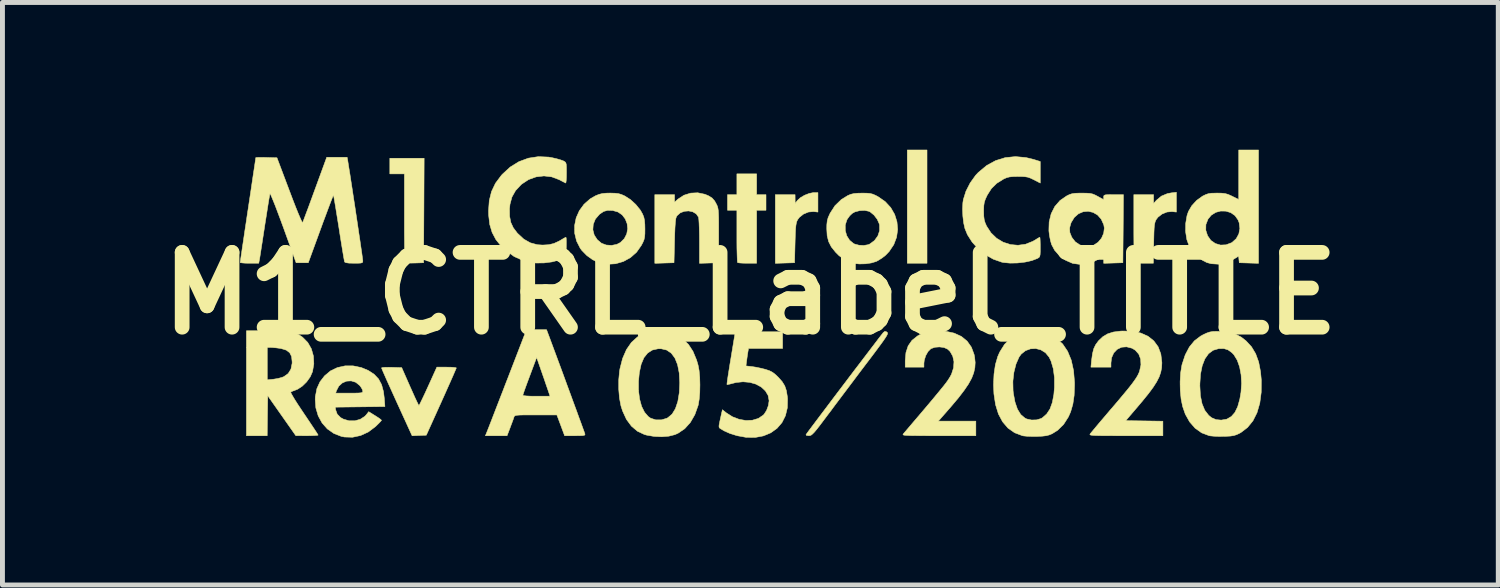
<source format=kicad_pcb>
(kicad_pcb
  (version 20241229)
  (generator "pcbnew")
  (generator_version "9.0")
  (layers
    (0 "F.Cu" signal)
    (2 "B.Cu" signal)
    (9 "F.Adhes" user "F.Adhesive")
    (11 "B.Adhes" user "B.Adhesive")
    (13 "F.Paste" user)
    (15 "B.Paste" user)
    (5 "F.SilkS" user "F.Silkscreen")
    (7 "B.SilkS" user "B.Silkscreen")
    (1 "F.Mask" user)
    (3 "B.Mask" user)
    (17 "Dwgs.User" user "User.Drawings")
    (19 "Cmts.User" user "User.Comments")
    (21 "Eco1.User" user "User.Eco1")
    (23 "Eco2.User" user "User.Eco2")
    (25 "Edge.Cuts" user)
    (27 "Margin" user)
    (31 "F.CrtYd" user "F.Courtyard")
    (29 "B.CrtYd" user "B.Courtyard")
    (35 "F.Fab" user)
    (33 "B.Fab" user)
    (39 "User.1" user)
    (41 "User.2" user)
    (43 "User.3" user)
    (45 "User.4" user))
  (footprint "M1_CTRL_Label_TITLE"
    (layer "F.Cu")
    (at 12.236 2.926)
    (property "Reference" "M1_CTRL_Label_TITLE" (at 0 0 0) (layer "F.SilkS") (effects (font (size 1.524 1.524) (thickness 0.3))))
    (attr through_hole)
    (fp_poly (pts (xy 3.598 -0.614) (xy 3.196 -0.614) (xy 3.196 -2.921) (xy 3.598 -2.921) (xy 3.598 -0.614)) (stroke (width 0.01) (type solid)) (fill yes) (layer "F.SilkS"))
    (fp_poly (pts (xy -6.651 -1.688) (xy -6.657 -0.624) (xy -6.838 -0.618) (xy -6.922 -0.617) (xy -6.989 -0.62) (xy -7.028 -0.625) (xy -7.034 -0.627) (xy -7.037 -0.651) (xy -7.04 -0.712) (xy -7.042 -0.807) (xy -7.045 -0.931) (xy -7.046 -1.08) (xy -7.048 -1.248) (xy -7.048 -1.433) (xy -7.048 -1.538) (xy -7.048 -2.434) (xy -7.345 -2.434) (xy -7.345 -2.752) (xy -6.646 -2.752) (xy -6.651 -1.688)) (stroke (width 0.01) (type solid)) (fill yes) (layer "F.SilkS"))
    (fp_poly (pts (xy 0.127 -2.011) (xy 0.318 -2.011) (xy 0.318 -1.693) (xy 0.127 -1.693) (xy 0.127 -0.614) (xy -0.06 -0.614) (xy -0.145 -0.615) (xy -0.213 -0.619) (xy -0.254 -0.625) (xy -0.261 -0.628) (xy -0.265 -0.652) (xy -0.268 -0.713) (xy -0.271 -0.804) (xy -0.274 -0.92) (xy -0.275 -1.055) (xy -0.275 -1.168) (xy -0.275 -1.693) (xy -0.466 -1.693) (xy -0.466 -2.011) (xy -0.275 -2.011) (xy -0.275 -2.434) (xy 0.127 -2.434) (xy 0.127 -2.011)) (stroke (width 0.01) (type solid)) (fill yes) (layer "F.SilkS"))
    (fp_poly (pts (xy 1.376 -1.656) (xy 1.286 -1.666) (xy 1.183 -1.657) (xy 1.083 -1.616) (xy 0.999 -1.55) (xy 0.964 -1.503) (xy 0.948 -1.472) (xy 0.937 -1.436) (xy 0.928 -1.387) (xy 0.921 -1.319) (xy 0.916 -1.225) (xy 0.912 -1.099) (xy 0.91 -1.027) (xy 0.9 -0.624) (xy 0.704 -0.618) (xy 0.508 -0.612) (xy 0.508 -2.011) (xy 0.91 -2.011) (xy 0.911 -1.921) (xy 0.912 -1.831) (xy 0.957 -1.892) (xy 1.016 -1.947) (xy 1.102 -1.998) (xy 1.197 -2.035) (xy 1.285 -2.053) (xy 1.296 -2.053) (xy 1.376 -2.053) (xy 1.376 -1.656)) (stroke (width 0.01) (type solid)) (fill yes) (layer "F.SilkS"))
    (fp_poly (pts (xy 8.678 -1.656) (xy 8.588 -1.666) (xy 8.486 -1.657) (xy 8.385 -1.616) (xy 8.301 -1.55) (xy 8.266 -1.503) (xy 8.251 -1.473) (xy 8.24 -1.438) (xy 8.231 -1.391) (xy 8.225 -1.327) (xy 8.221 -1.238) (xy 8.218 -1.117) (xy 8.216 -1.021) (xy 8.209 -0.614) (xy 8.024 -0.614) (xy 7.939 -0.615) (xy 7.871 -0.619) (xy 7.831 -0.625) (xy 7.825 -0.628) (xy 7.821 -0.652) (xy 7.818 -0.713) (xy 7.815 -0.806) (xy 7.813 -0.926) (xy 7.812 -1.068) (xy 7.811 -1.227) (xy 7.811 -1.326) (xy 7.811 -2.011) (xy 8.213 -2.011) (xy 8.213 -1.832) (xy 8.273 -1.898) (xy 8.374 -1.982) (xy 8.495 -2.032) (xy 8.574 -2.047) (xy 8.678 -2.059) (xy 8.678 -1.656)) (stroke (width 0.01) (type solid)) (fill yes) (layer "F.SilkS"))
    (fp_poly (pts (xy -6.103 1.504) (xy -6.036 1.509) (xy -5.997 1.515) (xy -5.99 1.519) (xy -5.999 1.541) (xy -6.023 1.597) (xy -6.06 1.683) (xy -6.109 1.794) (xy -6.168 1.926) (xy -6.234 2.074) (xy -6.296 2.212) (xy -6.602 2.889) (xy -6.747 2.895) (xy -6.891 2.901) (xy -7.203 2.218) (xy -7.275 2.059) (xy -7.341 1.913) (xy -7.4 1.783) (xy -7.448 1.674) (xy -7.485 1.59) (xy -7.507 1.537) (xy -7.514 1.518) (xy -7.495 1.511) (xy -7.442 1.507) (xy -7.365 1.506) (xy -7.308 1.507) (xy -7.103 1.513) (xy -6.933 1.899) (xy -6.88 2.017) (xy -6.834 2.12) (xy -6.795 2.203) (xy -6.767 2.26) (xy -6.753 2.285) (xy -6.752 2.285) (xy -6.741 2.267) (xy -6.715 2.216) (xy -6.677 2.137) (xy -6.63 2.038) (xy -6.577 1.922) (xy -6.564 1.894) (xy -6.387 1.503) (xy -6.189 1.503) (xy -6.103 1.504)) (stroke (width 0.01) (type solid)) (fill yes) (layer "F.SilkS"))
    (fp_poly (pts (xy -0.928 -2.019) (xy -0.854 -1.988) (xy -0.78 -1.942) (xy -0.729 -1.884) (xy -0.699 -1.83) (xy -0.682 -1.798) (xy -0.67 -1.767) (xy -0.661 -1.732) (xy -0.654 -1.688) (xy -0.65 -1.628) (xy -0.647 -1.548) (xy -0.646 -1.441) (xy -0.646 -1.301) (xy -0.646 -1.175) (xy -0.646 -0.624) (xy -1.037 -0.612) (xy -1.037 -1.056) (xy -1.038 -1.192) (xy -1.041 -1.317) (xy -1.045 -1.422) (xy -1.05 -1.502) (xy -1.056 -1.548) (xy -1.057 -1.553) (xy -1.103 -1.619) (xy -1.173 -1.661) (xy -1.257 -1.679) (xy -1.345 -1.672) (xy -1.427 -1.641) (xy -1.492 -1.584) (xy -1.507 -1.561) (xy -1.519 -1.523) (xy -1.528 -1.449) (xy -1.536 -1.338) (xy -1.542 -1.188) (xy -1.545 -1.069) (xy -1.556 -0.624) (xy -1.752 -0.618) (xy -1.947 -0.612) (xy -1.947 -2.011) (xy -1.545 -2.011) (xy -1.545 -1.858) (xy -1.473 -1.921) (xy -1.354 -1.999) (xy -1.217 -2.042) (xy -1.073 -2.049) (xy -0.928 -2.019)) (stroke (width 0.01) (type solid)) (fill yes) (layer "F.SilkS"))
    (fp_poly (pts (xy 2.77 0.782) (xy 2.783 0.791) (xy 2.792 0.8) (xy 2.795 0.814) (xy 2.79 0.834) (xy 2.774 0.866) (xy 2.745 0.912) (xy 2.701 0.976) (xy 2.64 1.06) (xy 2.559 1.169) (xy 2.457 1.305) (xy 2.361 1.431) (xy 2.236 1.596) (xy 2.104 1.772) (xy 1.969 1.951) (xy 1.839 2.124) (xy 1.719 2.283) (xy 1.617 2.421) (xy 1.579 2.47) (xy 1.48 2.602) (xy 1.403 2.704) (xy 1.344 2.779) (xy 1.299 2.832) (xy 1.265 2.866) (xy 1.239 2.887) (xy 1.216 2.896) (xy 1.194 2.899) (xy 1.189 2.899) (xy 1.142 2.894) (xy 1.133 2.878) (xy 1.135 2.875) (xy 1.152 2.851) (xy 1.192 2.796) (xy 1.252 2.716) (xy 1.33 2.612) (xy 1.422 2.49) (xy 1.526 2.352) (xy 1.639 2.202) (xy 1.758 2.044) (xy 1.881 1.882) (xy 2.005 1.718) (xy 2.127 1.557) (xy 2.245 1.403) (xy 2.355 1.258) (xy 2.455 1.127) (xy 2.542 1.013) (xy 2.613 0.919) (xy 2.667 0.85) (xy 2.699 0.809) (xy 2.707 0.799) (xy 2.739 0.774) (xy 2.77 0.782)) (stroke (width 0.01) (type solid)) (fill yes) (layer "F.SilkS"))
    (fp_poly (pts (xy 10.351 -0.612) (xy 10.155 -0.618) (xy 9.959 -0.624) (xy 9.952 -0.692) (xy 9.946 -0.759) (xy 9.847 -0.697) (xy 9.699 -0.626) (xy 9.543 -0.594) (xy 9.387 -0.604) (xy 9.298 -0.628) (xy 9.207 -0.675) (xy 9.111 -0.749) (xy 9.023 -0.838) (xy 8.955 -0.931) (xy 8.942 -0.955) (xy 8.891 -1.095) (xy 8.866 -1.255) (xy 8.866 -1.287) (xy 9.277 -1.287) (xy 9.314 -1.173) (xy 9.381 -1.078) (xy 9.472 -1.015) (xy 9.577 -0.984) (xy 9.689 -0.989) (xy 9.801 -1.031) (xy 9.814 -1.039) (xy 9.897 -1.114) (xy 9.95 -1.211) (xy 9.971 -1.322) (xy 9.957 -1.437) (xy 9.934 -1.496) (xy 9.872 -1.584) (xy 9.786 -1.644) (xy 9.686 -1.675) (xy 9.581 -1.677) (xy 9.479 -1.65) (xy 9.389 -1.593) (xy 9.323 -1.514) (xy 9.279 -1.402) (xy 9.277 -1.287) (xy 8.866 -1.287) (xy 8.867 -1.422) (xy 8.894 -1.582) (xy 8.923 -1.668) (xy 8.991 -1.785) (xy 9.09 -1.893) (xy 9.206 -1.977) (xy 9.21 -1.98) (xy 9.273 -2.011) (xy 9.327 -2.03) (xy 9.39 -2.04) (xy 9.476 -2.042) (xy 9.505 -2.043) (xy 9.601 -2.041) (xy 9.672 -2.033) (xy 9.734 -2.015) (xy 9.803 -1.984) (xy 9.817 -1.977) (xy 9.948 -1.912) (xy 9.948 -2.921) (xy 10.351 -2.921) (xy 10.351 -0.612)) (stroke (width 0.01) (type solid)) (fill yes) (layer "F.SilkS"))
    (fp_poly (pts (xy -2.759 -2.04) (xy -2.687 -2.032) (xy -2.624 -2.013) (xy -2.559 -1.984) (xy -2.443 -1.91) (xy -2.333 -1.809) (xy -2.241 -1.695) (xy -2.195 -1.613) (xy -2.171 -1.553) (xy -2.157 -1.487) (xy -2.15 -1.404) (xy -2.148 -1.312) (xy -2.149 -1.215) (xy -2.155 -1.147) (xy -2.167 -1.092) (xy -2.19 -1.037) (xy -2.222 -0.976) (xy -2.319 -0.838) (xy -2.444 -0.728) (xy -2.588 -0.649) (xy -2.746 -0.603) (xy -2.91 -0.593) (xy -3.075 -0.622) (xy -3.093 -0.628) (xy -3.213 -0.685) (xy -3.332 -0.771) (xy -3.433 -0.874) (xy -3.466 -0.918) (xy -3.541 -1.066) (xy -3.579 -1.223) (xy -3.58 -1.295) (xy -3.209 -1.295) (xy -3.181 -1.188) (xy -3.118 -1.092) (xy -3.033 -1.021) (xy -2.938 -0.985) (xy -2.828 -0.977) (xy -2.721 -0.998) (xy -2.649 -1.035) (xy -2.568 -1.115) (xy -2.519 -1.211) (xy -2.5 -1.315) (xy -2.511 -1.419) (xy -2.549 -1.516) (xy -2.612 -1.599) (xy -2.699 -1.658) (xy -2.805 -1.688) (xy -2.908 -1.691) (xy -2.989 -1.669) (xy -3.066 -1.617) (xy -3.077 -1.608) (xy -3.158 -1.513) (xy -3.201 -1.406) (xy -3.209 -1.295) (xy -3.58 -1.295) (xy -3.581 -1.382) (xy -3.549 -1.539) (xy -3.484 -1.685) (xy -3.388 -1.816) (xy -3.264 -1.925) (xy -3.157 -1.987) (xy -3.086 -2.016) (xy -3.019 -2.033) (xy -2.94 -2.041) (xy -2.857 -2.043) (xy -2.759 -2.04)) (stroke (width 0.01) (type solid)) (fill yes) (layer "F.SilkS"))
    (fp_poly (pts (xy -9.67 0.763) (xy -9.529 0.768) (xy -9.418 0.777) (xy -9.329 0.793) (xy -9.257 0.815) (xy -9.194 0.845) (xy -9.134 0.885) (xy -9.121 0.895) (xy -9.017 1) (xy -8.943 1.13) (xy -8.901 1.278) (xy -8.893 1.436) (xy -8.92 1.596) (xy -8.921 1.597) (xy -8.966 1.7) (xy -9.038 1.801) (xy -9.126 1.888) (xy -9.22 1.951) (xy -9.261 1.968) (xy -9.318 1.989) (xy -9.357 2.007) (xy -9.363 2.011) (xy -9.357 2.033) (xy -9.329 2.084) (xy -9.284 2.16) (xy -9.223 2.256) (xy -9.15 2.366) (xy -9.093 2.451) (xy -9.013 2.57) (xy -8.942 2.676) (xy -8.882 2.766) (xy -8.837 2.835) (xy -8.811 2.876) (xy -8.805 2.887) (xy -8.825 2.892) (xy -8.878 2.896) (xy -8.957 2.899) (xy -9.033 2.9) (xy -9.26 2.899) (xy -9.832 2.085) (xy -9.838 2.492) (xy -9.843 2.9) (xy -10.266 2.9) (xy -10.266 1.762) (xy -9.842 1.762) (xy -9.71 1.748) (xy -9.625 1.734) (xy -9.546 1.713) (xy -9.504 1.697) (xy -9.415 1.633) (xy -9.359 1.542) (xy -9.335 1.424) (xy -9.335 1.394) (xy -9.346 1.287) (xy -9.385 1.209) (xy -9.453 1.157) (xy -9.557 1.125) (xy -9.578 1.121) (xy -9.66 1.11) (xy -9.736 1.103) (xy -9.774 1.101) (xy -9.842 1.101) (xy -9.842 1.762) (xy -10.266 1.762) (xy -10.266 0.762) (xy -9.846 0.762) (xy -9.67 0.763)) (stroke (width 0.01) (type solid)) (fill yes) (layer "F.SilkS"))
    (fp_poly (pts (xy -7.927 1.511) (xy -7.783 1.571) (xy -7.664 1.649) (xy -7.575 1.743) (xy -7.513 1.859) (xy -7.474 2.003) (xy -7.457 2.143) (xy -7.445 2.306) (xy -8.456 2.318) (xy -8.449 2.371) (xy -8.417 2.46) (xy -8.347 2.531) (xy -8.29 2.562) (xy -8.175 2.596) (xy -8.057 2.596) (xy -7.947 2.565) (xy -7.855 2.506) (xy -7.824 2.473) (xy -7.776 2.41) (xy -7.645 2.491) (xy -7.581 2.532) (xy -7.535 2.565) (xy -7.515 2.584) (xy -7.514 2.585) (xy -7.529 2.605) (xy -7.567 2.645) (xy -7.622 2.699) (xy -7.64 2.716) (xy -7.784 2.824) (xy -7.941 2.896) (xy -8.104 2.931) (xy -8.269 2.926) (xy -8.331 2.914) (xy -8.485 2.854) (xy -8.618 2.761) (xy -8.725 2.64) (xy -8.804 2.495) (xy -8.852 2.333) (xy -8.865 2.157) (xy -8.862 2.1) (xy -8.848 2.032) (xy -8.448 2.032) (xy -8.172 2.032) (xy -8.059 2.032) (xy -7.982 2.03) (xy -7.934 2.026) (xy -7.908 2.018) (xy -7.897 2.006) (xy -7.895 1.99) (xy -7.909 1.95) (xy -7.942 1.897) (xy -7.96 1.875) (xy -8.04 1.811) (xy -8.132 1.783) (xy -8.226 1.788) (xy -8.313 1.825) (xy -8.385 1.891) (xy -8.433 1.984) (xy -8.448 2.032) (xy -8.848 2.032) (xy -8.831 1.941) (xy -8.768 1.802) (xy -8.675 1.681) (xy -8.555 1.58) (xy -8.414 1.512) (xy -8.257 1.477) (xy -8.093 1.477) (xy -7.927 1.511)) (stroke (width 0.01) (type solid)) (fill yes) (layer "F.SilkS"))
    (fp_poly (pts (xy 6.85 -2.041) (xy 6.919 -2.036) (xy 6.973 -2.024) (xy 7.026 -2.002) (xy 7.075 -1.976) (xy 7.197 -1.909) (xy 7.197 -1.96) (xy 7.198 -1.984) (xy 7.208 -1.998) (xy 7.235 -2.007) (xy 7.286 -2.01) (xy 7.369 -2.011) (xy 7.398 -2.011) (xy 7.599 -2.011) (xy 7.594 -1.318) (xy 7.588 -0.624) (xy 7.392 -0.618) (xy 7.197 -0.612) (xy 7.197 -0.763) (xy 7.117 -0.71) (xy 6.988 -0.644) (xy 6.845 -0.604) (xy 6.701 -0.592) (xy 6.57 -0.61) (xy 6.562 -0.612) (xy 6.421 -0.674) (xy 6.296 -0.766) (xy 6.197 -0.879) (xy 6.136 -0.994) (xy 6.112 -1.077) (xy 6.092 -1.18) (xy 6.081 -1.273) (xy 6.082 -1.333) (xy 6.502 -1.333) (xy 6.508 -1.239) (xy 6.547 -1.142) (xy 6.618 -1.05) (xy 6.712 -0.987) (xy 6.821 -0.957) (xy 6.935 -0.963) (xy 6.992 -0.981) (xy 7.082 -1.04) (xy 7.153 -1.124) (xy 7.197 -1.225) (xy 7.21 -1.33) (xy 7.199 -1.396) (xy 7.147 -1.511) (xy 7.072 -1.596) (xy 6.981 -1.649) (xy 6.881 -1.672) (xy 6.78 -1.663) (xy 6.684 -1.622) (xy 6.599 -1.548) (xy 6.534 -1.442) (xy 6.531 -1.434) (xy 6.502 -1.333) (xy 6.082 -1.333) (xy 6.086 -1.455) (xy 6.127 -1.622) (xy 6.201 -1.769) (xy 6.307 -1.891) (xy 6.443 -1.985) (xy 6.443 -1.985) (xy 6.5 -2.013) (xy 6.553 -2.03) (xy 6.616 -2.039) (xy 6.7 -2.042) (xy 6.752 -2.042) (xy 6.85 -2.041)) (stroke (width 0.01) (type solid)) (fill yes) (layer "F.SilkS"))
    (fp_poly (pts (xy 2.37 -2.041) (xy 2.438 -2.035) (xy 2.493 -2.021) (xy 2.551 -1.996) (xy 2.6 -1.97) (xy 2.745 -1.87) (xy 2.859 -1.747) (xy 2.939 -1.608) (xy 2.986 -1.457) (xy 3 -1.301) (xy 2.978 -1.144) (xy 2.921 -0.993) (xy 2.827 -0.853) (xy 2.752 -0.775) (xy 2.68 -0.719) (xy 2.6 -0.669) (xy 2.564 -0.65) (xy 2.465 -0.62) (xy 2.344 -0.602) (xy 2.219 -0.599) (xy 2.106 -0.61) (xy 2.06 -0.622) (xy 1.927 -0.681) (xy 1.807 -0.767) (xy 1.736 -0.838) (xy 1.649 -0.946) (xy 1.594 -1.054) (xy 1.564 -1.174) (xy 1.556 -1.313) (xy 1.557 -1.391) (xy 1.932 -1.391) (xy 1.933 -1.28) (xy 1.963 -1.173) (xy 2.021 -1.082) (xy 2.102 -1.015) (xy 2.125 -1.004) (xy 2.212 -0.981) (xy 2.31 -0.976) (xy 2.398 -0.991) (xy 2.43 -1.004) (xy 2.527 -1.075) (xy 2.596 -1.169) (xy 2.632 -1.276) (xy 2.631 -1.389) (xy 2.626 -1.414) (xy 2.584 -1.509) (xy 2.518 -1.595) (xy 2.44 -1.659) (xy 2.413 -1.672) (xy 2.327 -1.69) (xy 2.226 -1.685) (xy 2.13 -1.66) (xy 2.077 -1.631) (xy 2.024 -1.581) (xy 1.976 -1.515) (xy 1.966 -1.497) (xy 1.932 -1.391) (xy 1.557 -1.391) (xy 1.558 -1.408) (xy 1.566 -1.479) (xy 1.583 -1.541) (xy 1.615 -1.613) (xy 1.625 -1.634) (xy 1.723 -1.786) (xy 1.852 -1.911) (xy 1.985 -1.993) (xy 2.045 -2.018) (xy 2.108 -2.033) (xy 2.187 -2.04) (xy 2.275 -2.042) (xy 2.37 -2.041)) (stroke (width 0.01) (type solid)) (fill yes) (layer "F.SilkS"))
    (fp_poly (pts (xy 3.978 0.772) (xy 4.151 0.81) (xy 4.297 0.877) (xy 4.415 0.973) (xy 4.502 1.096) (xy 4.557 1.244) (xy 4.568 1.3) (xy 4.579 1.408) (xy 4.573 1.512) (xy 4.55 1.617) (xy 4.508 1.727) (xy 4.443 1.846) (xy 4.353 1.978) (xy 4.238 2.128) (xy 4.093 2.3) (xy 4.027 2.376) (xy 3.828 2.603) (xy 4.593 2.603) (xy 4.593 2.9) (xy 3.838 2.9) (xy 3.64 2.9) (xy 3.48 2.899) (xy 3.355 2.898) (xy 3.26 2.897) (xy 3.192 2.894) (xy 3.147 2.891) (xy 3.12 2.886) (xy 3.109 2.879) (xy 3.11 2.871) (xy 3.115 2.863) (xy 3.297 2.649) (xy 3.453 2.466) (xy 3.586 2.309) (xy 3.698 2.176) (xy 3.79 2.065) (xy 3.866 1.973) (xy 3.927 1.898) (xy 3.975 1.837) (xy 4.012 1.787) (xy 4.04 1.745) (xy 4.062 1.71) (xy 4.08 1.678) (xy 4.096 1.647) (xy 4.099 1.64) (xy 4.139 1.516) (xy 4.147 1.392) (xy 4.122 1.279) (xy 4.068 1.184) (xy 4.016 1.135) (xy 3.944 1.103) (xy 3.852 1.091) (xy 3.758 1.098) (xy 3.68 1.126) (xy 3.674 1.13) (xy 3.618 1.186) (xy 3.571 1.27) (xy 3.542 1.363) (xy 3.535 1.423) (xy 3.535 1.503) (xy 3.154 1.503) (xy 3.154 1.371) (xy 3.169 1.206) (xy 3.214 1.069) (xy 3.292 0.957) (xy 3.404 0.868) (xy 3.459 0.837) (xy 3.531 0.805) (xy 3.598 0.784) (xy 3.676 0.772) (xy 3.781 0.766) (xy 3.978 0.772)) (stroke (width 0.01) (type solid)) (fill yes) (layer "F.SilkS"))
    (fp_poly (pts (xy 7.779 0.772) (xy 7.953 0.808) (xy 8.1 0.874) (xy 8.218 0.968) (xy 8.306 1.088) (xy 8.361 1.234) (xy 8.382 1.404) (xy 8.382 1.423) (xy 8.377 1.518) (xy 8.359 1.609) (xy 8.327 1.702) (xy 8.276 1.802) (xy 8.205 1.913) (xy 8.111 2.04) (xy 7.991 2.188) (xy 7.896 2.301) (xy 7.646 2.593) (xy 8.403 2.604) (xy 8.403 2.9) (xy 7.649 2.9) (xy 7.451 2.9) (xy 7.291 2.899) (xy 7.166 2.899) (xy 7.071 2.897) (xy 7.003 2.895) (xy 6.957 2.891) (xy 6.93 2.886) (xy 6.918 2.88) (xy 6.917 2.871) (xy 6.923 2.861) (xy 6.924 2.859) (xy 6.945 2.833) (xy 6.99 2.779) (xy 7.054 2.702) (xy 7.135 2.606) (xy 7.229 2.496) (xy 7.331 2.375) (xy 7.357 2.346) (xy 7.495 2.184) (xy 7.607 2.05) (xy 7.698 1.94) (xy 7.769 1.85) (xy 7.823 1.776) (xy 7.864 1.716) (xy 7.894 1.664) (xy 7.916 1.617) (xy 7.928 1.585) (xy 7.956 1.457) (xy 7.95 1.339) (xy 7.911 1.237) (xy 7.841 1.158) (xy 7.776 1.118) (xy 7.664 1.089) (xy 7.561 1.097) (xy 7.472 1.14) (xy 7.402 1.213) (xy 7.358 1.312) (xy 7.345 1.417) (xy 7.345 1.503) (xy 6.937 1.503) (xy 6.951 1.36) (xy 6.969 1.229) (xy 6.994 1.129) (xy 7.032 1.048) (xy 7.086 0.974) (xy 7.094 0.964) (xy 7.181 0.882) (xy 7.277 0.825) (xy 7.393 0.788) (xy 7.538 0.769) (xy 7.579 0.767) (xy 7.779 0.772)) (stroke (width 0.01) (type solid)) (fill yes) (layer "F.SilkS"))
    (fp_poly (pts (xy -1.683 0.792) (xy -1.517 0.847) (xy -1.378 0.928) (xy -1.263 1.038) (xy -1.17 1.18) (xy -1.096 1.358) (xy -1.066 1.46) (xy -1.045 1.571) (xy -1.032 1.71) (xy -1.028 1.863) (xy -1.031 2.017) (xy -1.043 2.157) (xy -1.062 2.272) (xy -1.065 2.284) (xy -1.132 2.472) (xy -1.224 2.631) (xy -1.338 2.757) (xy -1.473 2.849) (xy -1.538 2.878) (xy -1.661 2.909) (xy -1.807 2.921) (xy -1.961 2.914) (xy -2.108 2.889) (xy -2.157 2.876) (xy -2.3 2.809) (xy -2.423 2.705) (xy -2.525 2.567) (xy -2.604 2.395) (xy -2.637 2.291) (xy -2.667 2.133) (xy -2.682 1.952) (xy -2.682 1.789) (xy -2.279 1.789) (xy -2.279 1.98) (xy -2.257 2.153) (xy -2.216 2.302) (xy -2.156 2.422) (xy -2.08 2.51) (xy -2.032 2.543) (xy -1.927 2.577) (xy -1.812 2.577) (xy -1.702 2.544) (xy -1.683 2.534) (xy -1.595 2.46) (xy -1.527 2.349) (xy -1.478 2.203) (xy -1.448 2.022) (xy -1.439 1.822) (xy -1.45 1.622) (xy -1.483 1.454) (xy -1.537 1.319) (xy -1.611 1.219) (xy -1.705 1.155) (xy -1.818 1.128) (xy -1.879 1.128) (xy -1.996 1.154) (xy -2.092 1.215) (xy -2.169 1.311) (xy -2.225 1.443) (xy -2.262 1.612) (xy -2.279 1.789) (xy -2.682 1.789) (xy -2.682 1.763) (xy -2.665 1.582) (xy -2.657 1.535) (xy -2.603 1.325) (xy -2.525 1.146) (xy -2.424 1) (xy -2.301 0.888) (xy -2.158 0.812) (xy -1.997 0.772) (xy -1.82 0.77) (xy -1.683 0.792)) (stroke (width 0.01) (type solid)) (fill yes) (layer "F.SilkS"))
    (fp_poly (pts (xy 0.656 1.122) (xy -0.038 1.122) (xy -0.05 1.191) (xy -0.06 1.254) (xy -0.071 1.333) (xy -0.076 1.369) (xy -0.09 1.478) (xy 0.035 1.492) (xy 0.123 1.506) (xy 0.226 1.528) (xy 0.305 1.548) (xy 0.389 1.576) (xy 0.454 1.61) (xy 0.516 1.659) (xy 0.57 1.711) (xy 0.647 1.798) (xy 0.7 1.884) (xy 0.733 1.982) (xy 0.753 2.105) (xy 0.757 2.149) (xy 0.753 2.33) (xy 0.714 2.492) (xy 0.643 2.633) (xy 0.542 2.75) (xy 0.415 2.841) (xy 0.266 2.903) (xy 0.097 2.935) (xy -0.087 2.933) (xy -0.268 2.9) (xy -0.412 2.856) (xy -0.531 2.803) (xy -0.606 2.759) (xy -0.623 2.747) (xy -0.634 2.736) (xy -0.639 2.717) (xy -0.638 2.685) (xy -0.628 2.632) (xy -0.611 2.553) (xy -0.586 2.439) (xy -0.581 2.418) (xy -0.57 2.37) (xy -0.492 2.433) (xy -0.365 2.514) (xy -0.229 2.566) (xy -0.091 2.59) (xy 0.041 2.584) (xy 0.161 2.548) (xy 0.26 2.482) (xy 0.28 2.462) (xy 0.33 2.384) (xy 0.366 2.286) (xy 0.381 2.19) (xy 0.381 2.186) (xy 0.361 2.079) (xy 0.305 1.986) (xy 0.221 1.908) (xy 0.113 1.849) (xy -0.013 1.813) (xy -0.15 1.801) (xy -0.294 1.816) (xy -0.348 1.83) (xy -0.414 1.847) (xy -0.461 1.857) (xy -0.477 1.858) (xy -0.476 1.836) (xy -0.469 1.778) (xy -0.456 1.689) (xy -0.438 1.576) (xy -0.417 1.443) (xy -0.396 1.317) (xy -0.308 0.783) (xy 0.656 0.783) (xy 0.656 1.122)) (stroke (width 0.01) (type solid)) (fill yes) (layer "F.SilkS"))
    (fp_poly (pts (xy -4.109 -2.776) (xy -4.033 -2.762) (xy -3.945 -2.742) (xy -3.866 -2.719) (xy -3.811 -2.699) (xy -3.805 -2.696) (xy -3.779 -2.681) (xy -3.762 -2.663) (xy -3.752 -2.633) (xy -3.748 -2.582) (xy -3.747 -2.502) (xy -3.747 -2.453) (xy -3.748 -2.365) (xy -3.752 -2.296) (xy -3.758 -2.255) (xy -3.762 -2.247) (xy -3.788 -2.26) (xy -3.84 -2.287) (xy -3.895 -2.316) (xy -4.046 -2.373) (xy -4.205 -2.392) (xy -4.365 -2.373) (xy -4.518 -2.318) (xy -4.656 -2.227) (xy -4.672 -2.213) (xy -4.784 -2.093) (xy -4.857 -1.963) (xy -4.897 -1.816) (xy -4.907 -1.723) (xy -4.905 -1.572) (xy -4.881 -1.447) (xy -4.83 -1.336) (xy -4.748 -1.228) (xy -4.738 -1.218) (xy -4.615 -1.104) (xy -4.484 -1.03) (xy -4.34 -0.991) (xy -4.233 -0.984) (xy -4.108 -0.991) (xy -4.003 -1.016) (xy -3.898 -1.064) (xy -3.847 -1.094) (xy -3.797 -1.124) (xy -3.763 -1.141) (xy -3.757 -1.143) (xy -3.752 -1.123) (xy -3.75 -1.07) (xy -3.75 -0.993) (xy -3.751 -0.937) (xy -3.757 -0.73) (xy -3.895 -0.68) (xy -4.04 -0.641) (xy -4.202 -0.62) (xy -4.367 -0.618) (xy -4.519 -0.636) (xy -4.615 -0.661) (xy -4.813 -0.751) (xy -4.988 -0.876) (xy -5.075 -0.96) (xy -5.184 -1.095) (xy -5.261 -1.241) (xy -5.31 -1.405) (xy -5.332 -1.593) (xy -5.334 -1.683) (xy -5.319 -1.891) (xy -5.273 -2.075) (xy -5.193 -2.243) (xy -5.075 -2.401) (xy -5.055 -2.424) (xy -4.893 -2.573) (xy -4.715 -2.683) (xy -4.523 -2.754) (xy -4.32 -2.785) (xy -4.109 -2.776)) (stroke (width 0.01) (type solid)) (fill yes) (layer "F.SilkS"))
    (fp_poly (pts (xy 5.615 -2.766) (xy 5.771 -2.728) (xy 5.905 -2.686) (xy 5.905 -2.247) (xy 5.775 -2.314) (xy 5.707 -2.347) (xy 5.65 -2.367) (xy 5.589 -2.377) (xy 5.508 -2.381) (xy 5.452 -2.381) (xy 5.351 -2.379) (xy 5.279 -2.372) (xy 5.221 -2.357) (xy 5.163 -2.332) (xy 5.158 -2.329) (xy 5.017 -2.241) (xy 4.909 -2.134) (xy 4.824 -2) (xy 4.822 -1.995) (xy 4.786 -1.918) (xy 4.765 -1.854) (xy 4.755 -1.787) (xy 4.752 -1.699) (xy 4.752 -1.673) (xy 4.754 -1.575) (xy 4.763 -1.503) (xy 4.781 -1.44) (xy 4.811 -1.371) (xy 4.901 -1.233) (xy 5.016 -1.122) (xy 5.15 -1.042) (xy 5.297 -0.994) (xy 5.451 -0.98) (xy 5.605 -1.001) (xy 5.753 -1.06) (xy 5.789 -1.081) (xy 5.844 -1.115) (xy 5.884 -1.138) (xy 5.896 -1.143) (xy 5.9 -1.123) (xy 5.903 -1.071) (xy 5.905 -0.994) (xy 5.905 -0.942) (xy 5.905 -0.849) (xy 5.902 -0.789) (xy 5.894 -0.753) (xy 5.879 -0.731) (xy 5.855 -0.716) (xy 5.846 -0.711) (xy 5.734 -0.668) (xy 5.595 -0.637) (xy 5.442 -0.619) (xy 5.29 -0.616) (xy 5.153 -0.629) (xy 5.116 -0.637) (xy 4.949 -0.696) (xy 4.789 -0.787) (xy 4.642 -0.906) (xy 4.517 -1.045) (xy 4.421 -1.196) (xy 4.37 -1.321) (xy 4.344 -1.437) (xy 4.328 -1.574) (xy 4.322 -1.715) (xy 4.328 -1.844) (xy 4.338 -1.911) (xy 4.391 -2.08) (xy 4.477 -2.249) (xy 4.587 -2.403) (xy 4.644 -2.464) (xy 4.812 -2.604) (xy 4.995 -2.704) (xy 5.191 -2.765) (xy 5.399 -2.786) (xy 5.615 -2.766)) (stroke (width 0.01) (type solid)) (fill yes) (layer "F.SilkS"))
    (fp_poly (pts (xy 5.897 0.782) (xy 6.078 0.832) (xy 6.233 0.916) (xy 6.361 1.031) (xy 6.462 1.18) (xy 6.536 1.36) (xy 6.583 1.572) (xy 6.603 1.816) (xy 6.603 1.873) (xy 6.595 2.08) (xy 6.569 2.257) (xy 6.524 2.413) (xy 6.478 2.517) (xy 6.38 2.67) (xy 6.259 2.789) (xy 6.147 2.859) (xy 6.087 2.884) (xy 6.025 2.9) (xy 5.947 2.909) (xy 5.841 2.914) (xy 5.831 2.914) (xy 5.731 2.914) (xy 5.637 2.911) (xy 5.565 2.904) (xy 5.54 2.899) (xy 5.382 2.839) (xy 5.248 2.745) (xy 5.138 2.617) (xy 5.053 2.458) (xy 4.994 2.267) (xy 4.961 2.047) (xy 4.953 1.865) (xy 4.956 1.792) (xy 5.347 1.792) (xy 5.351 1.979) (xy 5.356 2.028) (xy 5.39 2.213) (xy 5.44 2.359) (xy 5.507 2.468) (xy 5.592 2.54) (xy 5.63 2.559) (xy 5.727 2.58) (xy 5.831 2.577) (xy 5.923 2.549) (xy 5.949 2.534) (xy 6.036 2.457) (xy 6.103 2.355) (xy 6.151 2.223) (xy 6.182 2.059) (xy 6.194 1.916) (xy 6.194 1.715) (xy 6.17 1.534) (xy 6.124 1.379) (xy 6.085 1.299) (xy 6.011 1.209) (xy 5.917 1.151) (xy 5.813 1.124) (xy 5.706 1.13) (xy 5.605 1.167) (xy 5.518 1.236) (xy 5.474 1.296) (xy 5.411 1.439) (xy 5.368 1.608) (xy 5.347 1.792) (xy 4.956 1.792) (xy 4.963 1.643) (xy 4.991 1.452) (xy 5.039 1.287) (xy 5.079 1.196) (xy 5.177 1.039) (xy 5.299 0.916) (xy 5.442 0.83) (xy 5.603 0.78) (xy 5.78 0.769) (xy 5.897 0.782)) (stroke (width 0.01) (type solid)) (fill yes) (layer "F.SilkS"))
    (fp_poly (pts (xy -4.106 0.863) (xy -4.073 0.952) (xy -4.03 1.068) (xy -3.979 1.205) (xy -3.922 1.359) (xy -3.86 1.526) (xy -3.796 1.7) (xy -3.731 1.878) (xy -3.666 2.054) (xy -3.604 2.224) (xy -3.545 2.383) (xy -3.493 2.527) (xy -3.447 2.651) (xy -3.411 2.751) (xy -3.385 2.822) (xy -3.372 2.859) (xy -3.371 2.863) (xy -3.37 2.88) (xy -3.383 2.891) (xy -3.418 2.897) (xy -3.481 2.899) (xy -3.572 2.9) (xy -3.784 2.9) (xy -3.863 2.688) (xy -3.942 2.477) (xy -4.372 2.477) (xy -4.517 2.477) (xy -4.625 2.477) (xy -4.703 2.479) (xy -4.754 2.483) (xy -4.786 2.489) (xy -4.804 2.499) (xy -4.813 2.512) (xy -4.817 2.524) (xy -4.831 2.566) (xy -4.856 2.634) (xy -4.887 2.716) (xy -4.894 2.736) (xy -4.957 2.9) (xy -5.398 2.9) (xy -5.37 2.831) (xy -5.357 2.798) (xy -5.33 2.73) (xy -5.291 2.63) (xy -5.242 2.503) (xy -5.184 2.353) (xy -5.118 2.183) (xy -5.077 2.077) (xy -4.636 2.077) (xy -4.616 2.084) (xy -4.561 2.09) (xy -4.48 2.094) (xy -4.38 2.095) (xy -4.359 2.095) (xy -4.082 2.095) (xy -4.097 2.048) (xy -4.109 2.013) (xy -4.132 1.945) (xy -4.164 1.853) (xy -4.201 1.744) (xy -4.233 1.653) (xy -4.354 1.305) (xy -4.409 1.452) (xy -4.481 1.645) (xy -4.539 1.8) (xy -4.583 1.92) (xy -4.613 2.005) (xy -4.63 2.057) (xy -4.636 2.077) (xy -5.077 2.077) (xy -5.046 1.998) (xy -4.971 1.802) (xy -4.951 1.752) (xy -4.561 0.741) (xy -4.357 0.741) (xy -4.152 0.741) (xy -4.106 0.863)) (stroke (width 0.01) (type solid)) (fill yes) (layer "F.SilkS"))
    (fp_poly (pts (xy 9.556 0.775) (xy 9.728 0.788) (xy 9.873 0.826) (xy 10 0.892) (xy 10.096 0.967) (xy 10.208 1.088) (xy 10.293 1.23) (xy 10.354 1.398) (xy 10.392 1.595) (xy 10.408 1.767) (xy 10.406 2.015) (xy 10.377 2.237) (xy 10.32 2.432) (xy 10.237 2.597) (xy 10.127 2.732) (xy 9.992 2.835) (xy 9.961 2.852) (xy 9.903 2.879) (xy 9.846 2.897) (xy 9.778 2.907) (xy 9.685 2.912) (xy 9.641 2.913) (xy 9.54 2.914) (xy 9.444 2.91) (xy 9.369 2.903) (xy 9.343 2.898) (xy 9.192 2.841) (xy 9.06 2.747) (xy 8.948 2.619) (xy 8.859 2.46) (xy 8.805 2.304) (xy 8.774 2.153) (xy 8.757 1.978) (xy 8.755 1.884) (xy 9.156 1.884) (xy 9.167 2.084) (xy 9.201 2.249) (xy 9.256 2.382) (xy 9.336 2.485) (xy 9.396 2.534) (xy 9.486 2.572) (xy 9.591 2.582) (xy 9.697 2.564) (xy 9.709 2.56) (xy 9.798 2.508) (xy 9.87 2.425) (xy 9.927 2.308) (xy 9.97 2.154) (xy 9.994 2.013) (xy 10.006 1.833) (xy 9.996 1.659) (xy 9.966 1.499) (xy 9.917 1.361) (xy 9.85 1.251) (xy 9.808 1.207) (xy 9.73 1.151) (xy 9.65 1.126) (xy 9.551 1.125) (xy 9.536 1.127) (xy 9.425 1.16) (xy 9.333 1.229) (xy 9.258 1.335) (xy 9.204 1.474) (xy 9.169 1.646) (xy 9.156 1.849) (xy 9.156 1.884) (xy 8.755 1.884) (xy 8.754 1.796) (xy 8.764 1.621) (xy 8.789 1.469) (xy 8.793 1.45) (xy 8.858 1.253) (xy 8.942 1.093) (xy 9.046 0.966) (xy 9.174 0.869) (xy 9.224 0.842) (xy 9.297 0.808) (xy 9.356 0.788) (xy 9.417 0.777) (xy 9.496 0.774) (xy 9.556 0.775)) (stroke (width 0.01) (type solid)) (fill yes) (layer "F.SilkS"))
    (fp_poly (pts (xy -8.202 -2.704) (xy -8.192 -2.64) (xy -8.177 -2.545) (xy -8.157 -2.423) (xy -8.135 -2.278) (xy -8.11 -2.117) (xy -8.084 -1.944) (xy -8.056 -1.764) (xy -8.029 -1.582) (xy -8.002 -1.403) (xy -7.977 -1.233) (xy -7.953 -1.075) (xy -7.933 -0.936) (xy -7.916 -0.821) (xy -7.904 -0.733) (xy -7.897 -0.679) (xy -7.895 -0.663) (xy -7.897 -0.639) (xy -7.909 -0.625) (xy -7.939 -0.617) (xy -7.996 -0.614) (xy -8.076 -0.614) (xy -8.177 -0.616) (xy -8.239 -0.625) (xy -8.266 -0.639) (xy -8.267 -0.641) (xy -8.272 -0.667) (xy -8.284 -0.731) (xy -8.3 -0.825) (xy -8.32 -0.946) (xy -8.343 -1.088) (xy -8.368 -1.245) (xy -8.381 -1.331) (xy -8.407 -1.493) (xy -8.431 -1.641) (xy -8.452 -1.771) (xy -8.47 -1.876) (xy -8.483 -1.952) (xy -8.491 -1.995) (xy -8.493 -2.002) (xy -8.501 -1.984) (xy -8.523 -1.931) (xy -8.555 -1.848) (xy -8.597 -1.737) (xy -8.646 -1.605) (xy -8.702 -1.456) (xy -8.753 -1.316) (xy -9.006 -0.624) (xy -9.254 -0.624) (xy -9.514 -1.344) (xy -9.574 -1.507) (xy -9.63 -1.656) (xy -9.679 -1.786) (xy -9.722 -1.892) (xy -9.755 -1.972) (xy -9.777 -2.02) (xy -9.786 -2.032) (xy -9.786 -2.032) (xy -9.792 -2.004) (xy -9.804 -1.939) (xy -9.82 -1.843) (xy -9.839 -1.722) (xy -9.861 -1.581) (xy -9.886 -1.425) (xy -9.895 -1.365) (xy -9.92 -1.204) (xy -9.943 -1.053) (xy -9.964 -0.92) (xy -9.981 -0.809) (xy -9.994 -0.727) (xy -10.002 -0.679) (xy -10.004 -0.672) (xy -10.015 -0.614) (xy -10.204 -0.614) (xy -10.287 -0.615) (xy -10.352 -0.62) (xy -10.388 -0.626) (xy -10.393 -0.63) (xy -10.39 -0.653) (xy -10.381 -0.714) (xy -10.367 -0.809) (xy -10.349 -0.934) (xy -10.326 -1.085) (xy -10.301 -1.257) (xy -10.272 -1.447) (xy -10.242 -1.651) (xy -10.234 -1.701) (xy -10.203 -1.907) (xy -10.174 -2.1) (xy -10.148 -2.276) (xy -10.125 -2.431) (xy -10.105 -2.562) (xy -10.09 -2.663) (xy -10.08 -2.732) (xy -10.076 -2.763) (xy -10.075 -2.765) (xy -10.056 -2.768) (xy -10.003 -2.77) (xy -9.925 -2.77) (xy -9.86 -2.768) (xy -9.644 -2.762) (xy -9.39 -2.089) (xy -9.322 -1.909) (xy -9.262 -1.755) (xy -9.211 -1.629) (xy -9.17 -1.533) (xy -9.141 -1.47) (xy -9.124 -1.443) (xy -9.121 -1.443) (xy -9.11 -1.469) (xy -9.087 -1.53) (xy -9.053 -1.621) (xy -9.009 -1.737) (xy -8.959 -1.873) (xy -8.904 -2.024) (xy -8.868 -2.122) (xy -8.63 -2.773) (xy -8.215 -2.773) (xy -8.202 -2.704)) (stroke (width 0.01) (type solid)) (fill yes) (layer "F.SilkS")))
  (gr_rect
    (start -3 -3)
    (end 27.471 8.866)
    (stroke (width 0.1) (type default))
    (fill no)
    (layer "Edge.Cuts")))
</source>
